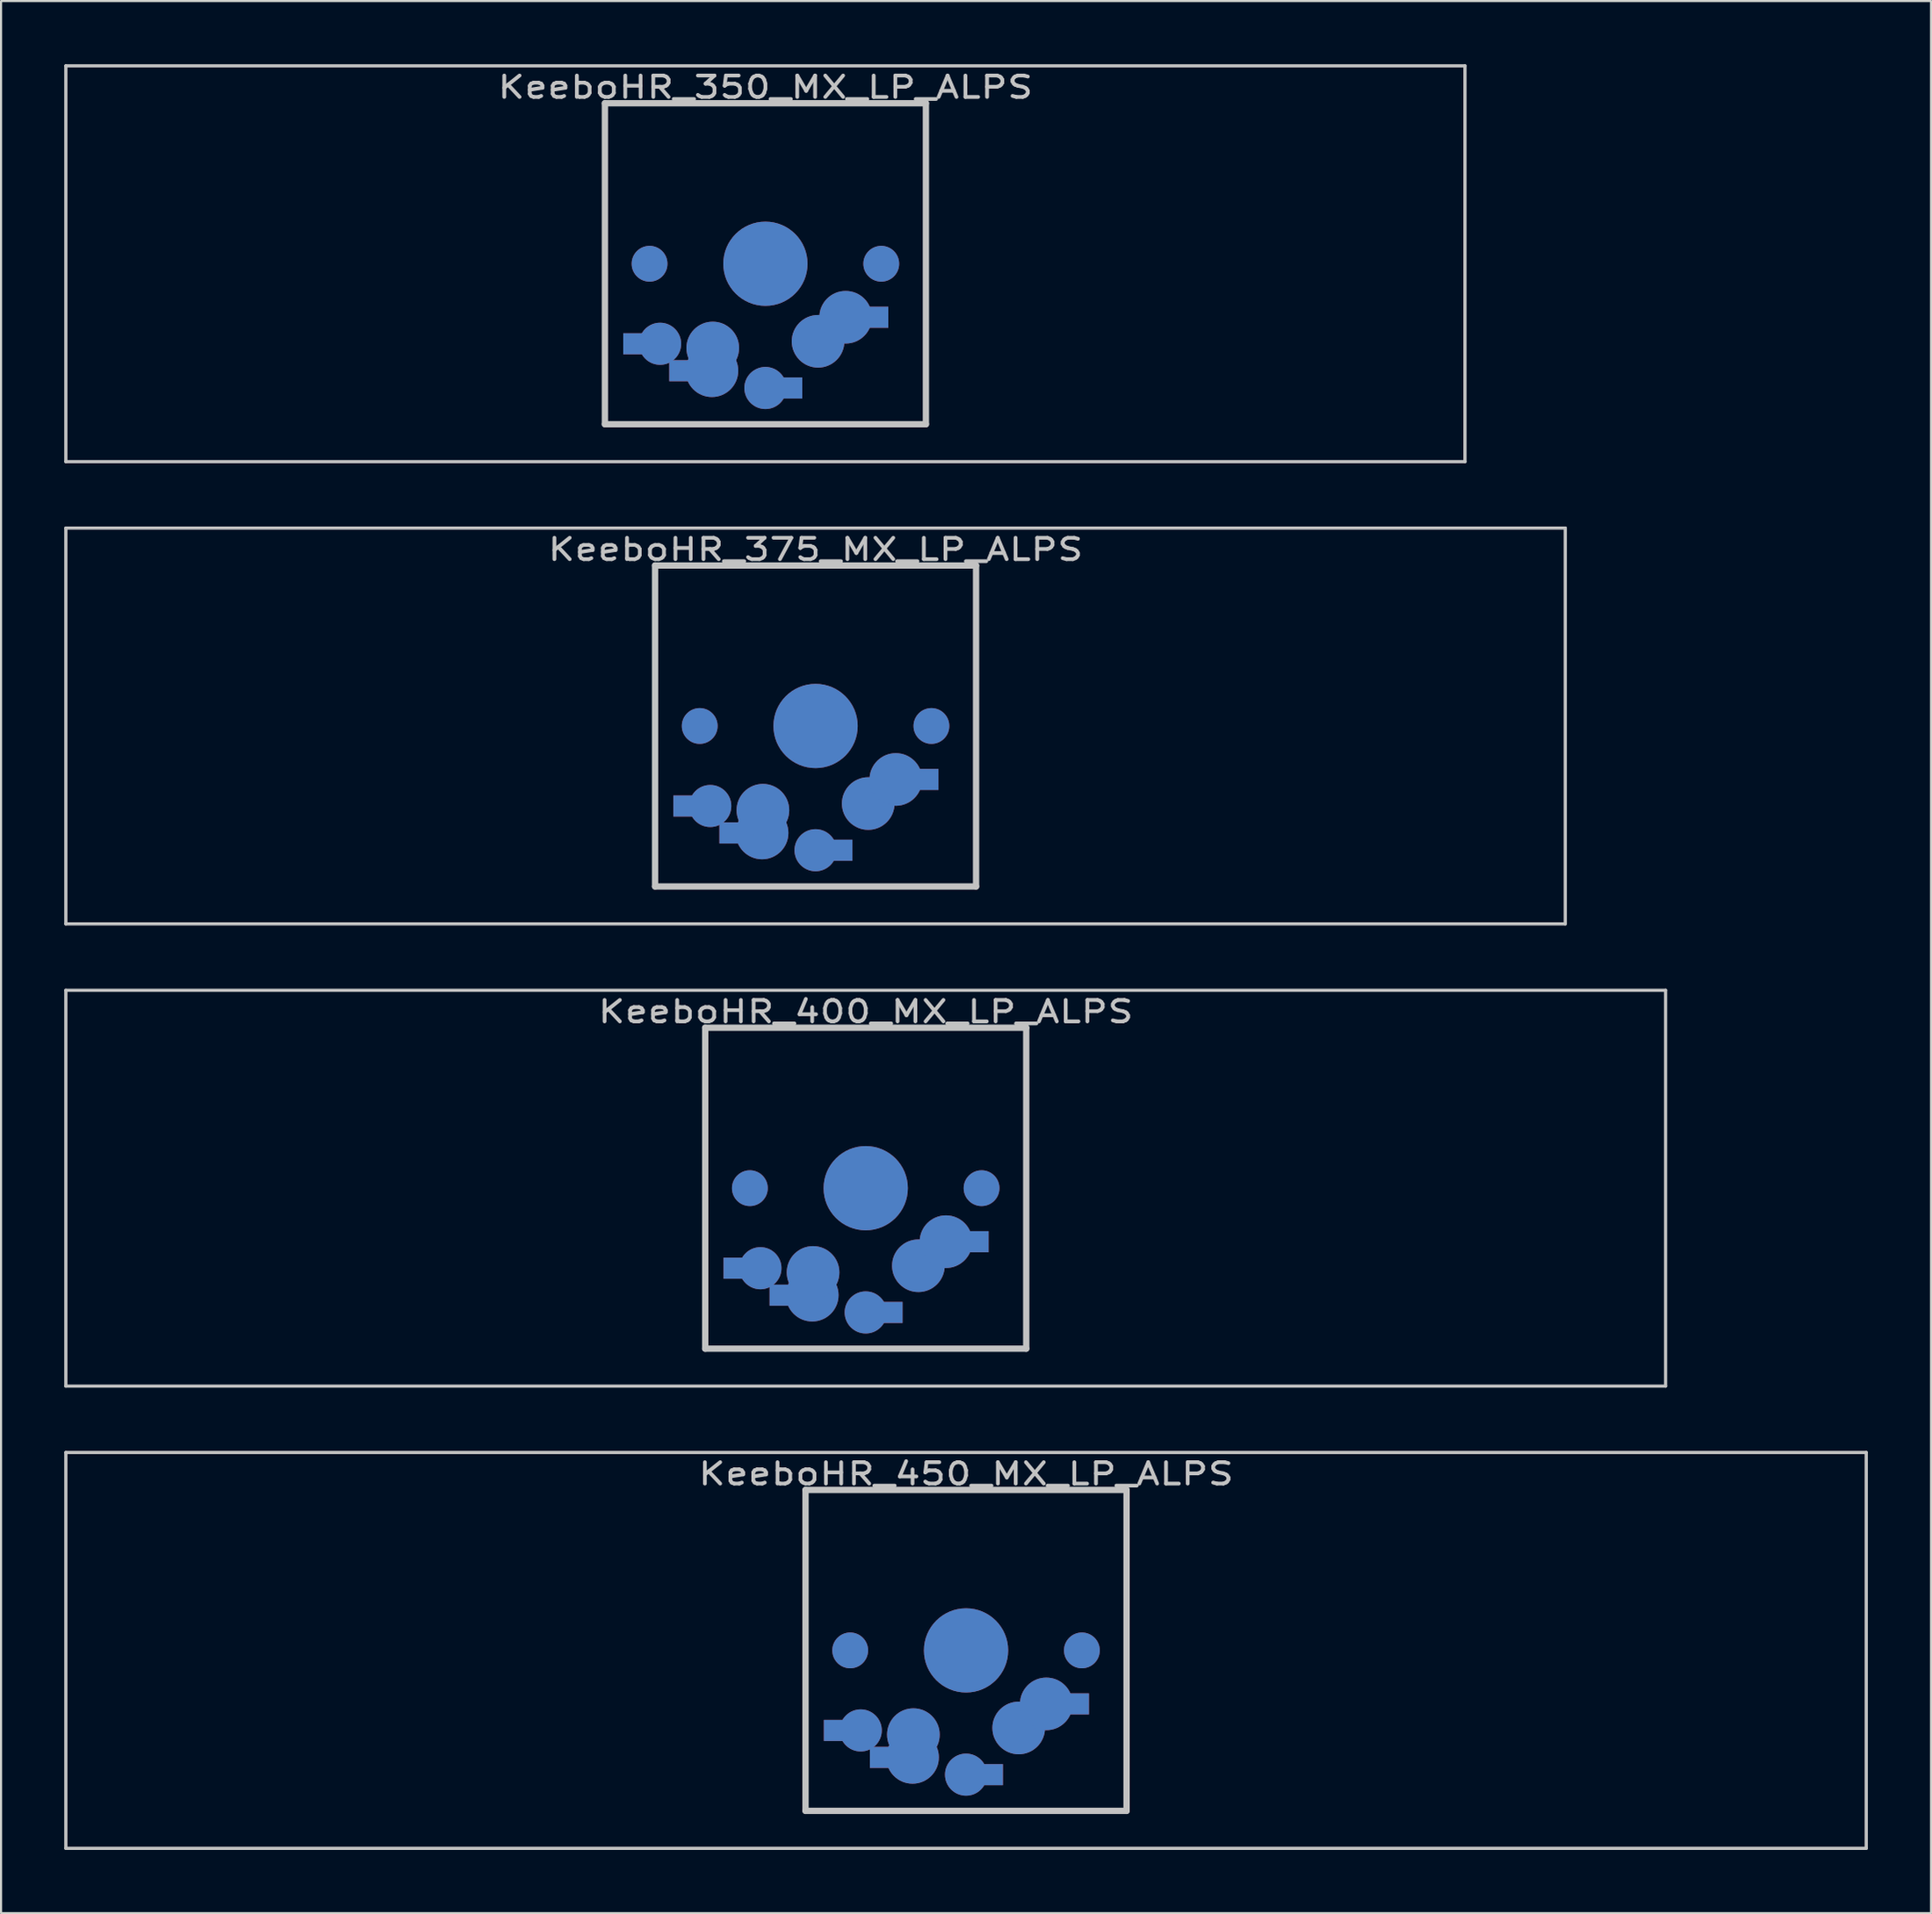
<source format=kicad_pcb>
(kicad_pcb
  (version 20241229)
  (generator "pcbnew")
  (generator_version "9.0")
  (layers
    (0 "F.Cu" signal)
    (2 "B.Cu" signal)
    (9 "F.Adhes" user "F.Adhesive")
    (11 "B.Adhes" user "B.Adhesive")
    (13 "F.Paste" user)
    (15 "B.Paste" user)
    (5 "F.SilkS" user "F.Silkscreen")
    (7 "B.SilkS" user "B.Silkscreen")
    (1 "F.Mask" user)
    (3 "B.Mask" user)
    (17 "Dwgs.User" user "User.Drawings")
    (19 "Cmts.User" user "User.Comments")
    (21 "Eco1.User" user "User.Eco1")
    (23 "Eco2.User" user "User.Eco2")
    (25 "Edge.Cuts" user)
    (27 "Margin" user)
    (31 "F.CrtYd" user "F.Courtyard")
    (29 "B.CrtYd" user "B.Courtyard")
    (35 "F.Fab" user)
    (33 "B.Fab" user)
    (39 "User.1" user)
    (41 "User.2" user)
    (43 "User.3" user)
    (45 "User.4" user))
  (footprint "KeeboHR_400_MX_LP_ALPS"
    (layer "F.Cu")
    (at 38.049 53.371)
    (property "Reference" "KeeboHR_400_MX_LP_ALPS" (at 0 -8.382 0) (layer "Dwgs.User") (effects (font (size 1.016 1.27) (thickness 0.178))))
    (attr through_hole)
    (fp_line (start -37.973 -9.398) (end 37.973 -9.398) (stroke (width 0.152) (type solid)) (layer "Dwgs.User"))
    (fp_line (start -37.973 9.398) (end -37.973 -9.398) (stroke (width 0.152) (type solid)) (layer "Dwgs.User"))
    (fp_line (start -7.62 -7.62) (end 7.62 -7.62) (stroke (width 0.3) (type solid)) (layer "Dwgs.User"))
    (fp_line (start -7.62 7.62) (end -7.62 -7.62) (stroke (width 0.3) (type solid)) (layer "Dwgs.User"))
    (fp_line (start 7.62 -7.62) (end 7.62 7.62) (stroke (width 0.3) (type solid)) (layer "Dwgs.User"))
    (fp_line (start 7.62 7.62) (end -7.62 7.62) (stroke (width 0.3) (type solid)) (layer "Dwgs.User"))
    (fp_line (start 37.973 -9.398) (end 37.973 9.398) (stroke (width 0.152) (type solid)) (layer "Dwgs.User"))
    (fp_line (start 37.973 9.398) (end -37.973 9.398) (stroke (width 0.152) (type solid)) (layer "Dwgs.User"))
    (pad "" smd circle (at -5.5 0) (size 1.7 1.7) (layers "*.Cu" "*.Mask"))
    (pad "" smd circle (at 0 0) (size 4 4) (layers "*.Cu" "*.Mask"))
    (pad "" smd circle (at 5.5 0) (size 1.7 1.7) (layers "*.Cu" "*.Mask"))
    (pad "1" smd circle (at 0 5.9) (size 2 2) (layers "*.Cu" "*.Mask"))
    (pad "1" smd rect (at 1.25 5.9) (size 1 1) (layers "*.Cu" "*.Mask"))
    (pad "1" smd circle (at 2.5 3.683) (size 2.5 2.5) (layers "*.Cu" "*.Mask"))
    (pad "1" smd circle (at 3.81 2.54) (size 2.5 2.5) (layers "*.Cu" "*.Mask"))
    (pad "1" smd rect (at 5.334 2.54) (size 1 1) (layers "*.Cu" "*.Mask"))
    (pad "2" smd rect (at -6.25 3.8) (size 1 1) (layers "*.Cu" "*.Mask"))
    (pad "2" smd circle (at -5 3.8) (size 2 2) (layers "*.Cu" "*.Mask"))
    (pad "2" smd rect (at -4.064 5.08) (size 1 1) (layers "*.Cu" "*.Mask"))
    (pad "2" smd circle (at -2.54 5.08) (size 2.5 2.5) (layers "*.Cu" "*.Mask"))
    (pad "2" smd circle (at -2.5 4) (size 2.5 2.5) (layers "*.Cu" "*.Mask")))
  (footprint "KeeboHR_350_MX_LP_ALPS"
    (layer "F.Cu")
    (at 33.287 9.474)
    (property "Reference" "KeeboHR_350_MX_LP_ALPS" (at 0 -8.382 0) (layer "Dwgs.User") (effects (font (size 1.016 1.27) (thickness 0.178))))
    (attr through_hole)
    (fp_line (start -33.211 -9.398) (end 33.211 -9.398) (stroke (width 0.152) (type solid)) (layer "Dwgs.User"))
    (fp_line (start -33.211 9.398) (end -33.211 -9.398) (stroke (width 0.152) (type solid)) (layer "Dwgs.User"))
    (fp_line (start -7.62 -7.62) (end 7.62 -7.62) (stroke (width 0.3) (type solid)) (layer "Dwgs.User"))
    (fp_line (start -7.62 7.62) (end -7.62 -7.62) (stroke (width 0.3) (type solid)) (layer "Dwgs.User"))
    (fp_line (start 7.62 -7.62) (end 7.62 7.62) (stroke (width 0.3) (type solid)) (layer "Dwgs.User"))
    (fp_line (start 7.62 7.62) (end -7.62 7.62) (stroke (width 0.3) (type solid)) (layer "Dwgs.User"))
    (fp_line (start 33.211 -9.398) (end 33.211 9.398) (stroke (width 0.152) (type solid)) (layer "Dwgs.User"))
    (fp_line (start 33.211 9.398) (end -33.211 9.398) (stroke (width 0.152) (type solid)) (layer "Dwgs.User"))
    (pad "" smd circle (at -5.5 0) (size 1.7 1.7) (layers "*.Cu" "*.Mask"))
    (pad "" smd circle (at 0 0) (size 4 4) (layers "*.Cu" "*.Mask"))
    (pad "" smd circle (at 5.5 0) (size 1.7 1.7) (layers "*.Cu" "*.Mask"))
    (pad "1" smd circle (at 0 5.9) (size 2 2) (layers "*.Cu" "*.Mask"))
    (pad "1" smd rect (at 1.25 5.9) (size 1 1) (layers "*.Cu" "*.Mask"))
    (pad "1" smd circle (at 2.5 3.683) (size 2.5 2.5) (layers "*.Cu" "*.Mask"))
    (pad "1" smd circle (at 3.81 2.54) (size 2.5 2.5) (layers "*.Cu" "*.Mask"))
    (pad "1" smd rect (at 5.334 2.54) (size 1 1) (layers "*.Cu" "*.Mask"))
    (pad "2" smd rect (at -6.25 3.8) (size 1 1) (layers "*.Cu" "*.Mask"))
    (pad "2" smd circle (at -5 3.8) (size 2 2) (layers "*.Cu" "*.Mask"))
    (pad "2" smd rect (at -4.064 5.08) (size 1 1) (layers "*.Cu" "*.Mask"))
    (pad "2" smd circle (at -2.54 5.08) (size 2.5 2.5) (layers "*.Cu" "*.Mask"))
    (pad "2" smd circle (at -2.5 4) (size 2.5 2.5) (layers "*.Cu" "*.Mask")))
  (footprint "KeeboHR_375_MX_LP_ALPS"
    (layer "F.Cu")
    (at 35.668 31.423)
    (property "Reference" "KeeboHR_375_MX_LP_ALPS" (at 0 -8.382 0) (layer "Dwgs.User") (effects (font (size 1.016 1.27) (thickness 0.178))))
    (attr through_hole)
    (fp_line (start -35.592 -9.398) (end 35.592 -9.398) (stroke (width 0.152) (type solid)) (layer "Dwgs.User"))
    (fp_line (start -35.592 9.398) (end -35.592 -9.398) (stroke (width 0.152) (type solid)) (layer "Dwgs.User"))
    (fp_line (start -7.62 -7.62) (end 7.62 -7.62) (stroke (width 0.3) (type solid)) (layer "Dwgs.User"))
    (fp_line (start -7.62 7.62) (end -7.62 -7.62) (stroke (width 0.3) (type solid)) (layer "Dwgs.User"))
    (fp_line (start 7.62 -7.62) (end 7.62 7.62) (stroke (width 0.3) (type solid)) (layer "Dwgs.User"))
    (fp_line (start 7.62 7.62) (end -7.62 7.62) (stroke (width 0.3) (type solid)) (layer "Dwgs.User"))
    (fp_line (start 35.592 -9.398) (end 35.592 9.398) (stroke (width 0.152) (type solid)) (layer "Dwgs.User"))
    (fp_line (start 35.592 9.398) (end -35.592 9.398) (stroke (width 0.152) (type solid)) (layer "Dwgs.User"))
    (pad "" smd circle (at -5.5 0) (size 1.7 1.7) (layers "*.Cu" "*.Mask"))
    (pad "" smd circle (at 0 0) (size 4 4) (layers "*.Cu" "*.Mask"))
    (pad "" smd circle (at 5.5 0) (size 1.7 1.7) (layers "*.Cu" "*.Mask"))
    (pad "1" smd circle (at 0 5.9) (size 2 2) (layers "*.Cu" "*.Mask"))
    (pad "1" smd rect (at 1.25 5.9) (size 1 1) (layers "*.Cu" "*.Mask"))
    (pad "1" smd circle (at 2.5 3.683) (size 2.5 2.5) (layers "*.Cu" "*.Mask"))
    (pad "1" smd circle (at 3.81 2.54) (size 2.5 2.5) (layers "*.Cu" "*.Mask"))
    (pad "1" smd rect (at 5.334 2.54) (size 1 1) (layers "*.Cu" "*.Mask"))
    (pad "2" smd rect (at -6.25 3.8) (size 1 1) (layers "*.Cu" "*.Mask"))
    (pad "2" smd circle (at -5 3.8) (size 2 2) (layers "*.Cu" "*.Mask"))
    (pad "2" smd rect (at -4.064 5.08) (size 1 1) (layers "*.Cu" "*.Mask"))
    (pad "2" smd circle (at -2.54 5.08) (size 2.5 2.5) (layers "*.Cu" "*.Mask"))
    (pad "2" smd circle (at -2.5 4) (size 2.5 2.5) (layers "*.Cu" "*.Mask")))
  (footprint "KeeboHR_450_MX_LP_ALPS"
    (layer "F.Cu")
    (at 42.812 75.319)
    (property "Reference" "KeeboHR_450_MX_LP_ALPS" (at 0 -8.382 0) (layer "Dwgs.User") (effects (font (size 1.016 1.27) (thickness 0.178))))
    (attr through_hole)
    (fp_line (start -42.736 -9.398) (end 42.736 -9.398) (stroke (width 0.152) (type solid)) (layer "Dwgs.User"))
    (fp_line (start -42.736 9.398) (end -42.736 -9.398) (stroke (width 0.152) (type solid)) (layer "Dwgs.User"))
    (fp_line (start -7.62 -7.62) (end 7.62 -7.62) (stroke (width 0.3) (type solid)) (layer "Dwgs.User"))
    (fp_line (start -7.62 7.62) (end -7.62 -7.62) (stroke (width 0.3) (type solid)) (layer "Dwgs.User"))
    (fp_line (start 7.62 -7.62) (end 7.62 7.62) (stroke (width 0.3) (type solid)) (layer "Dwgs.User"))
    (fp_line (start 7.62 7.62) (end -7.62 7.62) (stroke (width 0.3) (type solid)) (layer "Dwgs.User"))
    (fp_line (start 42.736 -9.398) (end 42.736 9.398) (stroke (width 0.152) (type solid)) (layer "Dwgs.User"))
    (fp_line (start 42.736 9.398) (end -42.736 9.398) (stroke (width 0.152) (type solid)) (layer "Dwgs.User"))
    (pad "" smd circle (at -5.5 0) (size 1.7 1.7) (layers "*.Cu" "*.Mask"))
    (pad "" smd circle (at 0 0) (size 4 4) (layers "*.Cu" "*.Mask"))
    (pad "" smd circle (at 5.5 0) (size 1.7 1.7) (layers "*.Cu" "*.Mask"))
    (pad "1" smd circle (at 0 5.9) (size 2 2) (layers "*.Cu" "*.Mask"))
    (pad "1" smd rect (at 1.25 5.9) (size 1 1) (layers "*.Cu" "*.Mask"))
    (pad "1" smd circle (at 2.5 3.683) (size 2.5 2.5) (layers "*.Cu" "*.Mask"))
    (pad "1" smd circle (at 3.81 2.54) (size 2.5 2.5) (layers "*.Cu" "*.Mask"))
    (pad "1" smd rect (at 5.334 2.54) (size 1 1) (layers "*.Cu" "*.Mask"))
    (pad "2" smd rect (at -6.25 3.8) (size 1 1) (layers "*.Cu" "*.Mask"))
    (pad "2" smd circle (at -5 3.8) (size 2 2) (layers "*.Cu" "*.Mask"))
    (pad "2" smd rect (at -4.064 5.08) (size 1 1) (layers "*.Cu" "*.Mask"))
    (pad "2" smd circle (at -2.54 5.08) (size 2.5 2.5) (layers "*.Cu" "*.Mask"))
    (pad "2" smd circle (at -2.5 4) (size 2.5 2.5) (layers "*.Cu" "*.Mask")))
  (gr_rect
    (start -3 -3)
    (end 88.623 87.794)
    (stroke (width 0.1) (type default))
    (fill no)
    (layer "Edge.Cuts")))
</source>
